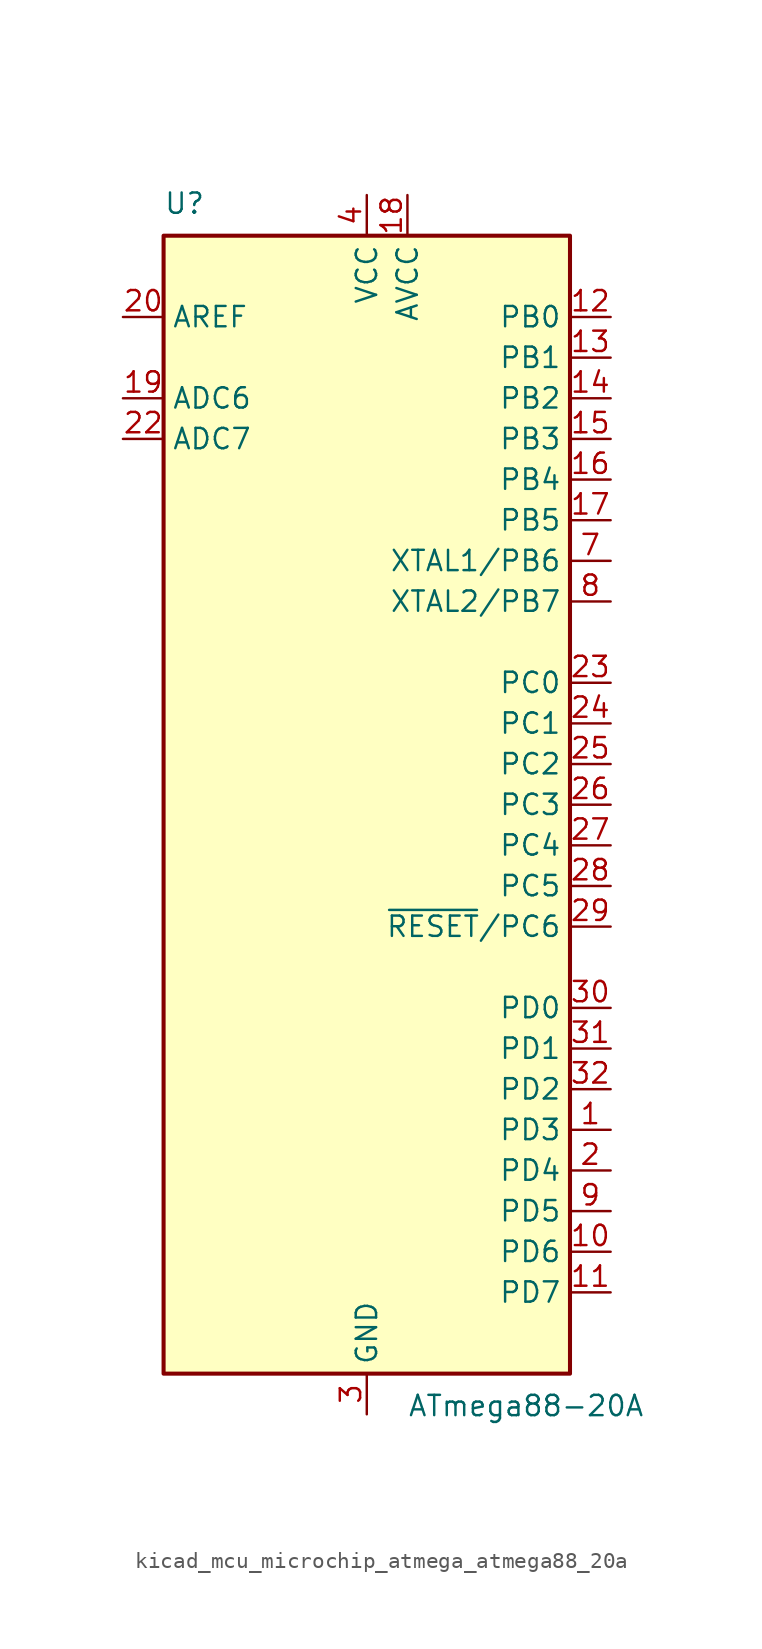
<source format=kicad_sym>
(kicad_symbol_lib
  (version 20220914)
  (generator kicad_symbol_editor)
  (symbol "kicad_mcu_microchip_atmega_atmega88_20a"
    (property "Reference" "U"
      (at -12.7 36.83 0)
      (effects (font (size 1.27 1.27)) (justify left bottom)))
    (property "Value" "ATmega88-20A"
      (at 2.54 -36.83 0)
      (effects (font (size 1.27 1.27)) (justify left top)))
    (symbol "kicad_mcu_microchip_atmega_atmega88_20a_0_1"
      (rectangle (start -12.7 -35.56) (end 12.7 35.56) (stroke (width 0.254) (type default)) (fill (type background))))
    (symbol "kicad_mcu_microchip_atmega_atmega88_20a_1_1"
      (pin bidirectional line (at 15.24 -20.32 180) (length 2.54) (name "PD3" (effects (font (size 1.27 1.27)))) (number "1" (effects (font (size 1.27 1.27)))))
      (pin bidirectional line (at 15.24 -27.94 180) (length 2.54) (name "PD6" (effects (font (size 1.27 1.27)))) (number "10" (effects (font (size 1.27 1.27)))))
      (pin bidirectional line (at 15.24 -30.48 180) (length 2.54) (name "PD7" (effects (font (size 1.27 1.27)))) (number "11" (effects (font (size 1.27 1.27)))))
      (pin bidirectional line (at 15.24 30.48 180) (length 2.54) (name "PB0" (effects (font (size 1.27 1.27)))) (number "12" (effects (font (size 1.27 1.27)))))
      (pin bidirectional line (at 15.24 27.94 180) (length 2.54) (name "PB1" (effects (font (size 1.27 1.27)))) (number "13" (effects (font (size 1.27 1.27)))))
      (pin bidirectional line (at 15.24 25.4 180) (length 2.54) (name "PB2" (effects (font (size 1.27 1.27)))) (number "14" (effects (font (size 1.27 1.27)))))
      (pin bidirectional line (at 15.24 22.86 180) (length 2.54) (name "PB3" (effects (font (size 1.27 1.27)))) (number "15" (effects (font (size 1.27 1.27)))))
      (pin bidirectional line (at 15.24 20.32 180) (length 2.54) (name "PB4" (effects (font (size 1.27 1.27)))) (number "16" (effects (font (size 1.27 1.27)))))
      (pin bidirectional line (at 15.24 17.78 180) (length 2.54) (name "PB5" (effects (font (size 1.27 1.27)))) (number "17" (effects (font (size 1.27 1.27)))))
      (pin power_in line (at 2.54 38.1 270) (length 2.54) (name "AVCC" (effects (font (size 1.27 1.27)))) (number "18" (effects (font (size 1.27 1.27)))))
      (pin input line (at -15.24 25.4 0) (length 2.54) (name "ADC6" (effects (font (size 1.27 1.27)))) (number "19" (effects (font (size 1.27 1.27)))))
      (pin bidirectional line (at 15.24 -22.86 180) (length 2.54) (name "PD4" (effects (font (size 1.27 1.27)))) (number "2" (effects (font (size 1.27 1.27)))))
      (pin passive line (at -15.24 30.48 0) (length 2.54) (name "AREF" (effects (font (size 1.27 1.27)))) (number "20" (effects (font (size 1.27 1.27)))))
      (pin passive line (at 0 -38.1 90) (length 2.54) hide (name "GND" (effects (font (size 1.27 1.27)))) (number "21" (effects (font (size 1.27 1.27)))))
      (pin input line (at -15.24 22.86 0) (length 2.54) (name "ADC7" (effects (font (size 1.27 1.27)))) (number "22" (effects (font (size 1.27 1.27)))))
      (pin bidirectional line (at 15.24 7.62 180) (length 2.54) (name "PC0" (effects (font (size 1.27 1.27)))) (number "23" (effects (font (size 1.27 1.27)))))
      (pin bidirectional line (at 15.24 5.08 180) (length 2.54) (name "PC1" (effects (font (size 1.27 1.27)))) (number "24" (effects (font (size 1.27 1.27)))))
      (pin bidirectional line (at 15.24 2.54 180) (length 2.54) (name "PC2" (effects (font (size 1.27 1.27)))) (number "25" (effects (font (size 1.27 1.27)))))
      (pin bidirectional line (at 15.24 0 180) (length 2.54) (name "PC3" (effects (font (size 1.27 1.27)))) (number "26" (effects (font (size 1.27 1.27)))))
      (pin bidirectional line (at 15.24 -2.54 180) (length 2.54) (name "PC4" (effects (font (size 1.27 1.27)))) (number "27" (effects (font (size 1.27 1.27)))))
      (pin bidirectional line (at 15.24 -5.08 180) (length 2.54) (name "PC5" (effects (font (size 1.27 1.27)))) (number "28" (effects (font (size 1.27 1.27)))))
      (pin bidirectional line (at 15.24 -7.62 180) (length 2.54) (name "~{RESET}/PC6" (effects (font (size 1.27 1.27)))) (number "29" (effects (font (size 1.27 1.27)))))
      (pin power_in line (at 0 -38.1 90) (length 2.54) (name "GND" (effects (font (size 1.27 1.27)))) (number "3" (effects (font (size 1.27 1.27)))))
      (pin bidirectional line (at 15.24 -12.7 180) (length 2.54) (name "PD0" (effects (font (size 1.27 1.27)))) (number "30" (effects (font (size 1.27 1.27)))))
      (pin bidirectional line (at 15.24 -15.24 180) (length 2.54) (name "PD1" (effects (font (size 1.27 1.27)))) (number "31" (effects (font (size 1.27 1.27)))))
      (pin bidirectional line (at 15.24 -17.78 180) (length 2.54) (name "PD2" (effects (font (size 1.27 1.27)))) (number "32" (effects (font (size 1.27 1.27)))))
      (pin power_in line (at 0 38.1 270) (length 2.54) (name "VCC" (effects (font (size 1.27 1.27)))) (number "4" (effects (font (size 1.27 1.27)))))
      (pin passive line (at 0 -38.1 90) (length 2.54) hide (name "GND" (effects (font (size 1.27 1.27)))) (number "5" (effects (font (size 1.27 1.27)))))
      (pin passive line (at 0 38.1 270) (length 2.54) hide (name "VCC" (effects (font (size 1.27 1.27)))) (number "6" (effects (font (size 1.27 1.27)))))
      (pin bidirectional line (at 15.24 15.24 180) (length 2.54) (name "XTAL1/PB6" (effects (font (size 1.27 1.27)))) (number "7" (effects (font (size 1.27 1.27)))))
      (pin bidirectional line (at 15.24 12.7 180) (length 2.54) (name "XTAL2/PB7" (effects (font (size 1.27 1.27)))) (number "8" (effects (font (size 1.27 1.27)))))
      (pin bidirectional line (at 15.24 -25.4 180) (length 2.54) (name "PD5" (effects (font (size 1.27 1.27)))) (number "9" (effects (font (size 1.27 1.27))))))))
</source>
